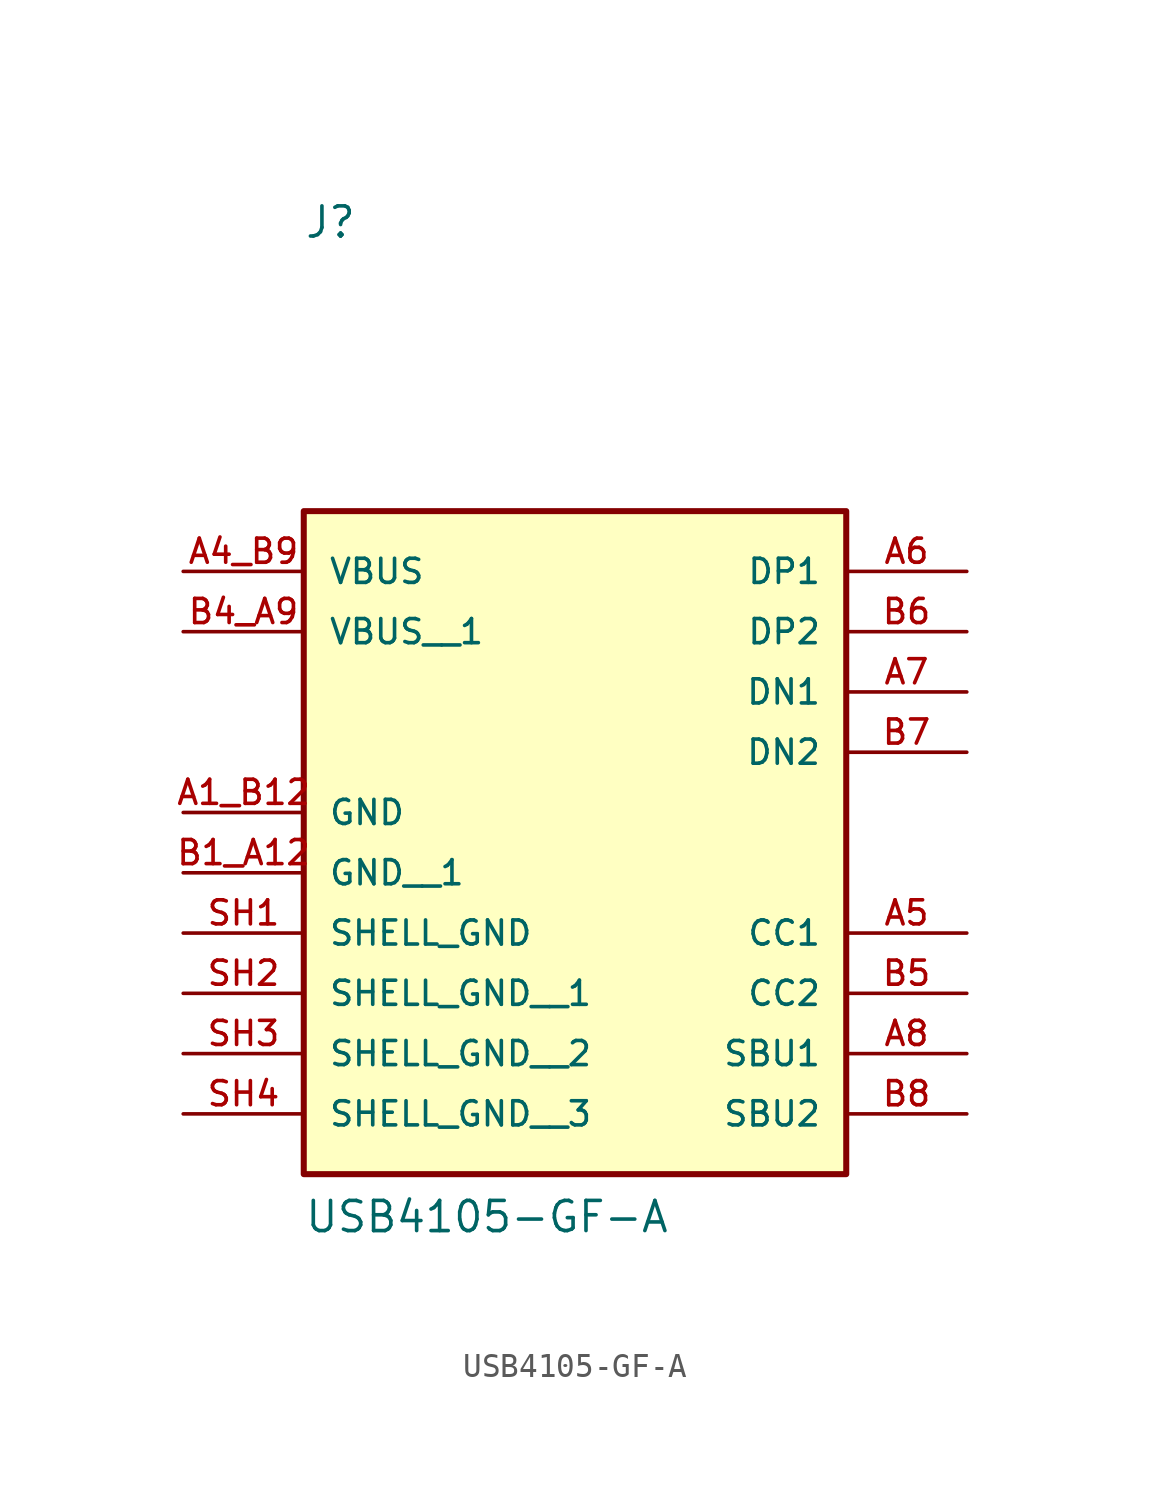
<source format=kicad_sym>
(kicad_symbol_lib
  (version 20220914)
  (generator kicad_symbol_editor)
  (symbol "USB4105-GF-A"
    (pin_names
      (offset 1.016))
    (property "Reference" "J"
      (at 0 39.37 0)
      (effects (font (size 1.27 1.27)) (justify left bottom)))
    (property "Value" "USB4105-GF-A"
      (at 0 -2.54 0)
      (effects (font (size 1.27 1.27)) (justify left bottom)))
    (symbol "USB4105-GF-A_0_0"
      (rectangle (start 0 27.94) (end 22.86 0) (stroke (width 0.254) (type default)) (fill (type background)))
      (pin power_in line (at -5.08 15.24 0) (length 5.08) (name "GND" (effects (font (size 1.016 1.016)))) (number "A1_B12" (effects (font (size 1.016 1.016)))))
      (pin power_in line (at -5.08 25.4 0) (length 5.08) (name "VBUS" (effects (font (size 1.016 1.016)))) (number "A4_B9" (effects (font (size 1.016 1.016)))))
      (pin bidirectional line (at 27.94 10.16 180) (length 5.08) (name "CC1" (effects (font (size 1.016 1.016)))) (number "A5" (effects (font (size 1.016 1.016)))))
      (pin bidirectional line (at 27.94 25.4 180) (length 5.08) (name "DP1" (effects (font (size 1.016 1.016)))) (number "A6" (effects (font (size 1.016 1.016)))))
      (pin bidirectional line (at 27.94 20.32 180) (length 5.08) (name "DN1" (effects (font (size 1.016 1.016)))) (number "A7" (effects (font (size 1.016 1.016)))))
      (pin bidirectional line (at 27.94 5.08 180) (length 5.08) (name "SBU1" (effects (font (size 1.016 1.016)))) (number "A8" (effects (font (size 1.016 1.016)))))
      (pin power_in line (at -5.08 12.7 0) (length 5.08) (name "GND__1" (effects (font (size 1.016 1.016)))) (number "B1_A12" (effects (font (size 1.016 1.016)))))
      (pin power_in line (at -5.08 22.86 0) (length 5.08) (name "VBUS__1" (effects (font (size 1.016 1.016)))) (number "B4_A9" (effects (font (size 1.016 1.016)))))
      (pin bidirectional line (at 27.94 7.62 180) (length 5.08) (name "CC2" (effects (font (size 1.016 1.016)))) (number "B5" (effects (font (size 1.016 1.016)))))
      (pin bidirectional line (at 27.94 22.86 180) (length 5.08) (name "DP2" (effects (font (size 1.016 1.016)))) (number "B6" (effects (font (size 1.016 1.016)))))
      (pin bidirectional line (at 27.94 17.78 180) (length 5.08) (name "DN2" (effects (font (size 1.016 1.016)))) (number "B7" (effects (font (size 1.016 1.016)))))
      (pin bidirectional line (at 27.94 2.54 180) (length 5.08) (name "SBU2" (effects (font (size 1.016 1.016)))) (number "B8" (effects (font (size 1.016 1.016)))))
      (pin power_in line (at -5.08 10.16 0) (length 5.08) (name "SHELL_GND" (effects (font (size 1.016 1.016)))) (number "SH1" (effects (font (size 1.016 1.016)))))
      (pin power_in line (at -5.08 7.62 0) (length 5.08) (name "SHELL_GND__1" (effects (font (size 1.016 1.016)))) (number "SH2" (effects (font (size 1.016 1.016)))))
      (pin power_in line (at -5.08 5.08 0) (length 5.08) (name "SHELL_GND__2" (effects (font (size 1.016 1.016)))) (number "SH3" (effects (font (size 1.016 1.016)))))
      (pin power_in line (at -5.08 2.54 0) (length 5.08) (name "SHELL_GND__3" (effects (font (size 1.016 1.016)))) (number "SH4" (effects (font (size 1.016 1.016))))))))
</source>
